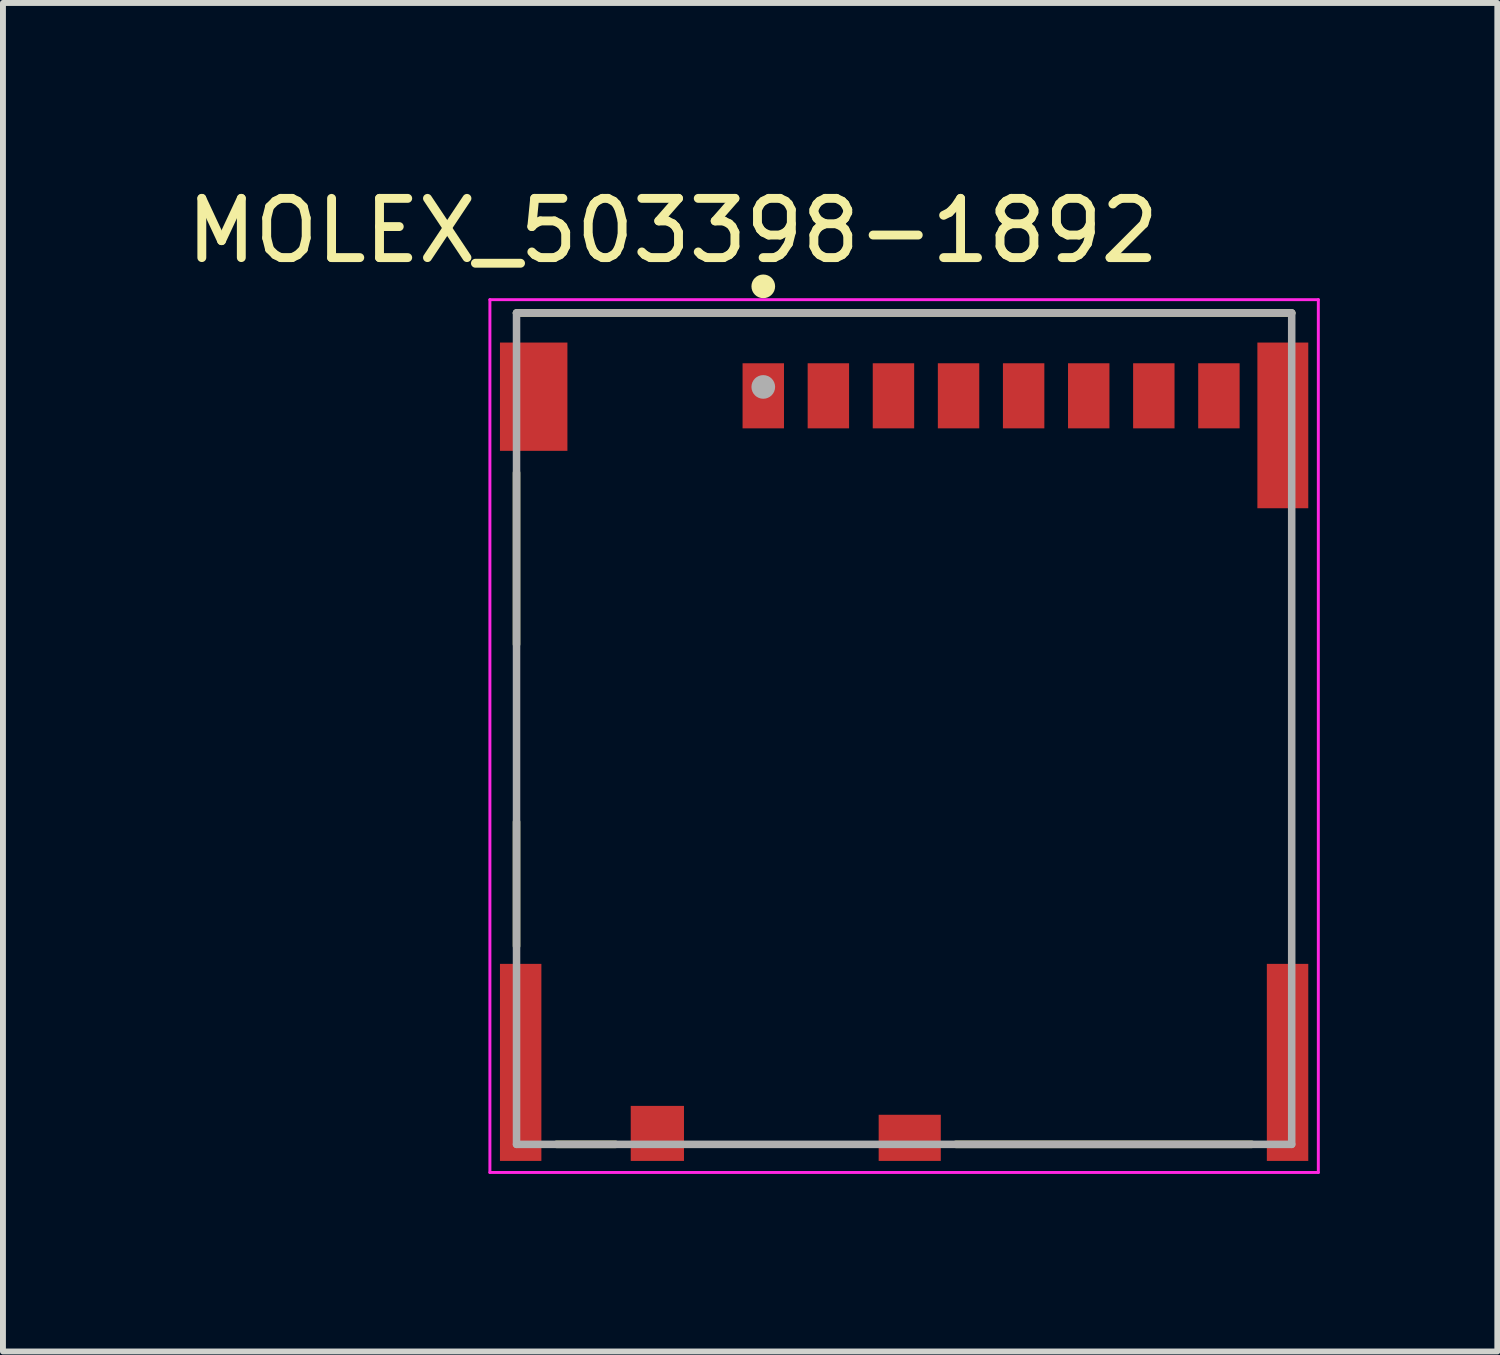
<source format=kicad_pcb>
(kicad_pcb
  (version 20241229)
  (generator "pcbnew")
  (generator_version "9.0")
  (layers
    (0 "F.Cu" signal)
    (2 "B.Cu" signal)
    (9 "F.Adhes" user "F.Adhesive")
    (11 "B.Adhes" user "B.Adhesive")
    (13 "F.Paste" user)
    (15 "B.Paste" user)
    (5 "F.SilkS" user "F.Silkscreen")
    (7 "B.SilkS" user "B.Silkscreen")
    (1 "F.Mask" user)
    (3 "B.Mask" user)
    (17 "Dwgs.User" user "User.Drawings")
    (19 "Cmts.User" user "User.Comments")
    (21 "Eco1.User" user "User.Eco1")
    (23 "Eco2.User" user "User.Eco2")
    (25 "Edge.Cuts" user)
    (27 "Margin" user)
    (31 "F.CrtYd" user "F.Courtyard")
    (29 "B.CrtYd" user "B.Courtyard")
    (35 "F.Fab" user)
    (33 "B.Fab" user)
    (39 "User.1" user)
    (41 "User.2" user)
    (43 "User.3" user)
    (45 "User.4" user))
  (footprint "MOLEX_503398-1892"
    (layer "F.Cu")
    (at 12.229 9.264)
    (property "Reference" "MOLEX_503398-1892" (at -3.908 -8.416 0) (layer "F.SilkS") (effects (font (size 1.001 1.001) (thickness 0.15))))
    (attr smd)
    (fp_line (start -6.55 -7.025) (end 6.55 -7.025) (stroke (width 0.127) (type solid)) (layer "F.SilkS"))
    (fp_line (start -6.55 -4.325) (end -6.55 -1.425) (stroke (width 0.127) (type solid)) (layer "F.SilkS"))
    (fp_line (start -6.55 1.575) (end -6.55 3.675) (stroke (width 0.127) (type solid)) (layer "F.SilkS"))
    (fp_line (start -5.876 7.025) (end -4.874 7.025) (stroke (width 0.127) (type solid)) (layer "F.SilkS"))
    (fp_line (start 0.874 7.025) (end 5.876 7.025) (stroke (width 0.127) (type solid)) (layer "F.SilkS"))
    (fp_circle (center -2.38 -7.475) (end -2.28 -7.475) (stroke (width 0.2) (type solid)) (fill no) (layer "F.SilkS"))
    (fp_line (start -7 -7.25) (end 7 -7.25) (stroke (width 0.05) (type solid)) (layer "F.CrtYd"))
    (fp_line (start -7 7.5) (end -7 -7.25) (stroke (width 0.05) (type solid)) (layer "F.CrtYd"))
    (fp_line (start 7 -7.25) (end 7 7.5) (stroke (width 0.05) (type solid)) (layer "F.CrtYd"))
    (fp_line (start 7 7.5) (end -7 7.5) (stroke (width 0.05) (type solid)) (layer "F.CrtYd"))
    (fp_line (start -6.55 -7.025) (end 6.55 -7.025) (stroke (width 0.127) (type solid)) (layer "F.Fab"))
    (fp_line (start -6.55 7.025) (end -6.55 -7.025) (stroke (width 0.127) (type solid)) (layer "F.Fab"))
    (fp_line (start 6.55 -7.025) (end 6.55 7.025) (stroke (width 0.127) (type solid)) (layer "F.Fab"))
    (fp_line (start 6.55 7.025) (end -6.55 7.025) (stroke (width 0.127) (type solid)) (layer "F.Fab"))
    (fp_circle (center -2.38 -5.775) (end -2.28 -5.775) (stroke (width 0.2) (type solid)) (fill no) (layer "F.Fab"))
    (pad "" smd rect (at 0.095 6.915) (size 1.05 0.78) (layers "F.Cu" "F.Mask" "F.Paste"))
    (pad "1" smd rect (at -2.38 -5.625) (size 0.7 1.1) (layers "F.Cu" "F.Mask" "F.Paste"))
    (pad "2" smd rect (at -1.28 -5.625) (size 0.7 1.1) (layers "F.Cu" "F.Mask" "F.Paste"))
    (pad "3" smd rect (at -0.18 -5.625) (size 0.7 1.1) (layers "F.Cu" "F.Mask" "F.Paste"))
    (pad "4" smd rect (at 0.92 -5.625) (size 0.7 1.1) (layers "F.Cu" "F.Mask" "F.Paste"))
    (pad "5" smd rect (at 2.02 -5.625) (size 0.7 1.1) (layers "F.Cu" "F.Mask" "F.Paste"))
    (pad "6" smd rect (at -4.17 6.84) (size 0.9 0.93) (layers "F.Cu" "F.Mask" "F.Paste"))
    (pad "6" smd rect (at 3.12 -5.625) (size 0.7 1.1) (layers "F.Cu" "F.Mask" "F.Paste"))
    (pad "7" smd rect (at 4.22 -5.625) (size 0.7 1.1) (layers "F.Cu" "F.Mask" "F.Paste"))
    (pad "8" smd rect (at 5.32 -5.625) (size 0.7 1.1) (layers "F.Cu" "F.Mask" "F.Paste"))
    (pad "9" smd rect (at -6.48 5.64) (size 0.7 3.33) (layers "F.Cu" "F.Mask" "F.Paste"))
    (pad "9" smd rect (at -6.26 -5.61) (size 1.14 1.83) (layers "F.Cu" "F.Mask" "F.Paste"))
    (pad "9" smd rect (at 6.4 -5.125) (size 0.86 2.8) (layers "F.Cu" "F.Mask" "F.Paste"))
    (pad "9" smd rect (at 6.48 5.64) (size 0.7 3.33) (layers "F.Cu" "F.Mask" "F.Paste"))
    (zone (net_name "") (layer "F.Cu") (hatch full 0.508) (connect_pads) (min_thickness 0.01) (filled_areas_thickness no) (keepout (tracks not_allowed) (vias not_allowed) (pads not_allowed) (copperpour not_allowed) (footprints allowed)) (placement (enabled no)) (fill) (polygon (pts (xy 5.392 8.139) (xy 6.099 8.139) (xy 6.099 10.541) (xy 5.392 10.541))))
    (zone (net_name "") (layer "F.Cu") (hatch full 0.508) (connect_pads) (min_thickness 0.01) (filled_areas_thickness no) (keepout (tracks not_allowed) (vias not_allowed) (pads not_allowed) (copperpour not_allowed) (footprints allowed)) (placement (enabled no)) (fill) (polygon (pts (xy 6.983 13.839) (xy 7.544 13.839) (xy 7.544 16.003) (xy 6.983 16.003))))
    (zone (net_name "") (layer "F.Cu") (hatch full 0.508) (connect_pads) (min_thickness 0.01) (filled_areas_thickness no) (keepout (tracks not_allowed) (vias not_allowed) (pads not_allowed) (copperpour not_allowed) (footprints allowed)) (placement (enabled no)) (fill) (polygon (pts (xy 9.006 15.639) (xy 9.559 15.639) (xy 9.559 16.195) (xy 9.006 16.195))))
    (zone (net_name "") (layer "F.Cu") (hatch full 0.508) (connect_pads) (min_thickness 0.0001) (filled_areas_thickness no) (keepout (tracks not_allowed) (vias not_allowed) (pads not_allowed) (copperpour not_allowed) (footprints allowed)) (placement (enabled no)) (fill) (polygon (pts (xy 9.059 5.539) (xy 9.059 10.539) (xy 8.409 10.539) (xy 8.409 13.139) (xy 12.799 13.139) (xy 12.799 14.389) (xy 10.499 14.389) (xy 10.499 16.569) (xy 11.799 16.569) (xy 11.799 15.789) (xy 18.359 15.789) (xy 18.359 13.239) (xy 19.059 13.239) (xy 19.059 5.539))))
    (zone (net_name "") (layers "F.Cu" "B.Cu") (hatch full 0.508) (connect_pads) (min_thickness 0.01) (filled_areas_thickness no) (keepout (tracks allowed) (vias not_allowed) (pads allowed) (copperpour allowed) (footprints allowed)) (placement (enabled no)) (fill) (polygon (pts (xy 5.387 8.139) (xy 6.099 8.139) (xy 6.099 10.542) (xy 5.387 10.542))))
    (zone (net_name "") (layers "F.Cu" "B.Cu") (hatch full 0.508) (connect_pads) (min_thickness 0.01) (filled_areas_thickness no) (keepout (tracks allowed) (vias not_allowed) (pads allowed) (copperpour allowed) (footprints allowed)) (placement (enabled no)) (fill) (polygon (pts (xy 6.99 13.839) (xy 7.544 13.839) (xy 7.544 15.994) (xy 6.99 15.994))))
    (zone (net_name "") (layers "F.Cu" "B.Cu") (hatch full 0.508) (connect_pads) (min_thickness 0.01) (filled_areas_thickness no) (keepout (tracks allowed) (vias not_allowed) (pads allowed) (copperpour allowed) (footprints allowed)) (placement (enabled no)) (fill) (polygon (pts (xy 9.003 15.639) (xy 9.559 15.639) (xy 9.559 16.201) (xy 9.003 16.201))))
    (zone (net_name "") (layers "F.Cu" "B.Cu") (hatch full 0.508) (connect_pads) (min_thickness 0.0001) (filled_areas_thickness no) (keepout (tracks allowed) (vias not_allowed) (pads allowed) (copperpour allowed) (footprints allowed)) (placement (enabled no)) (fill) (polygon (pts (xy 9.059 5.539) (xy 9.059 10.539) (xy 8.409 10.539) (xy 8.409 13.139) (xy 12.799 13.139) (xy 12.799 14.389) (xy 10.499 14.389) (xy 10.499 16.569) (xy 11.799 16.569) (xy 11.799 15.789) (xy 18.359 15.789) (xy 18.359 13.239) (xy 19.059 13.239) (xy 19.059 5.539)))))
  (gr_rect
    (start -3 -3)
    (end 22.254 19.789)
    (stroke (width 0.1) (type default))
    (fill no)
    (layer "Edge.Cuts")))
</source>
